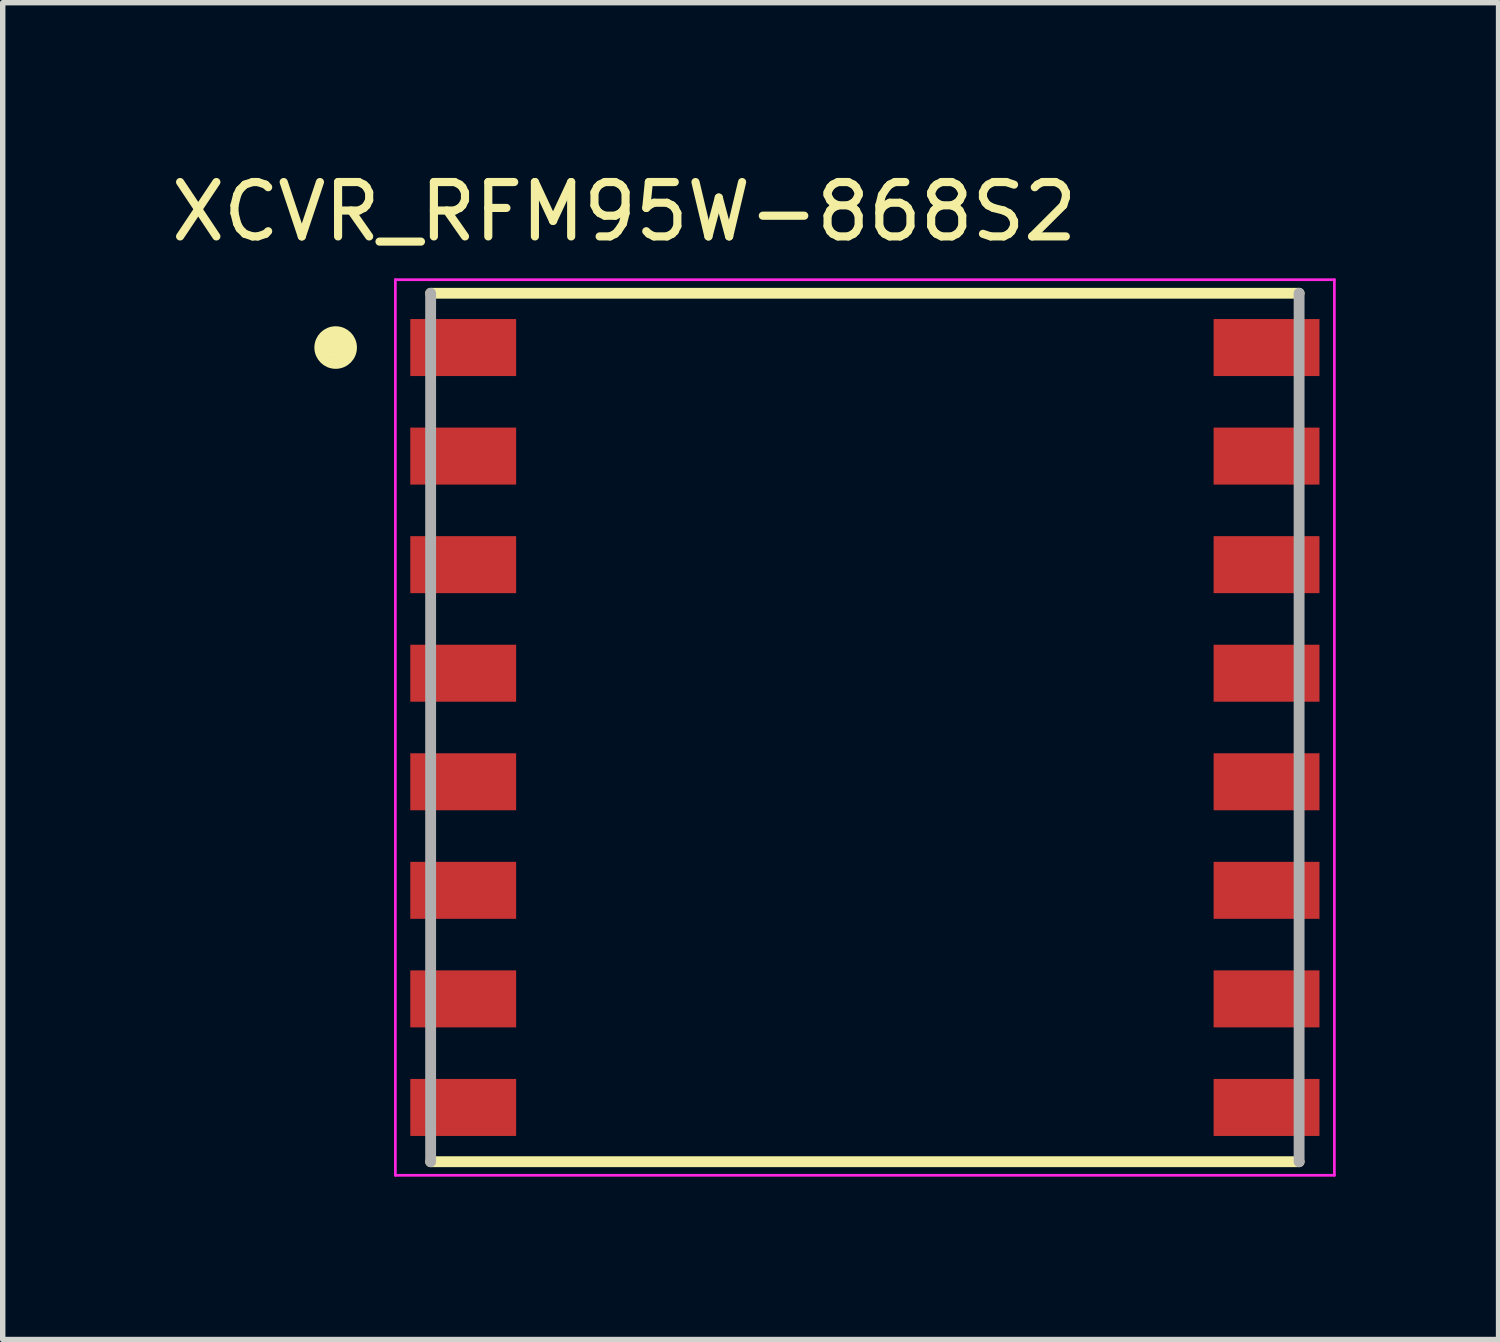
<source format=kicad_pcb>
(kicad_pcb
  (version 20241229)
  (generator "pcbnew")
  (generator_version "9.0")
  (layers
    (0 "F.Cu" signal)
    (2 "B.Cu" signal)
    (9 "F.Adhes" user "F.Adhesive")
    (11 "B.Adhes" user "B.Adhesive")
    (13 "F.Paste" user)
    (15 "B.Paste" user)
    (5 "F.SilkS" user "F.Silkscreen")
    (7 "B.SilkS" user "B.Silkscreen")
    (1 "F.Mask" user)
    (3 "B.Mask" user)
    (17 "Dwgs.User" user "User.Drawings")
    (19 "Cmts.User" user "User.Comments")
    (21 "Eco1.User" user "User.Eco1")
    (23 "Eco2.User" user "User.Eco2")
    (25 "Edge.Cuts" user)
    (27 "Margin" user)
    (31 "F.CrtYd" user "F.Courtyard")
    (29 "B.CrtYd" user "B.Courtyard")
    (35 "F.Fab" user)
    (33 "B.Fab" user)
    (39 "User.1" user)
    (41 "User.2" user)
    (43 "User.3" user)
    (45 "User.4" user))
  (footprint "XCVR_RFM95W-868S2"
    (layer "F.Cu")
    (at 12.884 10.353)
    (property "Reference" "XCVR_RFM95W-868S2" (at -4.433 -9.503 0) (layer "F.SilkS") (effects (font (size 1.002 1.002) (thickness 0.15))))
    (attr smd)
    (fp_line (start -8 -8) (end 8 -8) (stroke (width 0.2) (type solid)) (layer "F.SilkS"))
    (fp_line (start 8 8) (end -8 8) (stroke (width 0.2) (type solid)) (layer "F.SilkS"))
    (fp_circle (center -9.75 -7) (end -9.458 -7) (stroke (width 0.2) (type solid)) (fill no) (layer "F.SilkS"))
    (fp_poly (pts (xy -10.011 -7.2) (xy -9.5 -7.2) (xy -9.5 -6.808) (xy -10.011 -6.808)) (stroke (width 0.01) (type solid)) (fill yes) (layer "F.SilkS"))
    (fp_line (start -8.65 -8.25) (end 8.65 -8.25) (stroke (width 0.05) (type solid)) (layer "F.CrtYd"))
    (fp_line (start -8.65 8.25) (end -8.65 -8.25) (stroke (width 0.05) (type solid)) (layer "F.CrtYd"))
    (fp_line (start 8.65 -8.25) (end 8.65 8.25) (stroke (width 0.05) (type solid)) (layer "F.CrtYd"))
    (fp_line (start 8.65 8.25) (end -8.65 8.25) (stroke (width 0.05) (type solid)) (layer "F.CrtYd"))
    (fp_line (start -8 8) (end -8 -8) (stroke (width 0.2) (type solid)) (layer "F.Fab"))
    (fp_line (start 8 -8) (end 8 8) (stroke (width 0.2) (type solid)) (layer "F.Fab"))
    (pad "1" smd rect (at -7.4 -7) (size 1.95 1.05) (layers "F.Cu" "F.Mask" "F.Paste"))
    (pad "2" smd rect (at -7.4 -5) (size 1.95 1.05) (layers "F.Cu" "F.Mask" "F.Paste"))
    (pad "3" smd rect (at -7.4 -3) (size 1.95 1.05) (layers "F.Cu" "F.Mask" "F.Paste"))
    (pad "4" smd rect (at -7.4 -1) (size 1.95 1.05) (layers "F.Cu" "F.Mask" "F.Paste"))
    (pad "5" smd rect (at -7.4 1) (size 1.95 1.05) (layers "F.Cu" "F.Mask" "F.Paste"))
    (pad "6" smd rect (at -7.4 3) (size 1.95 1.05) (layers "F.Cu" "F.Mask" "F.Paste"))
    (pad "7" smd rect (at -7.4 5) (size 1.95 1.05) (layers "F.Cu" "F.Mask" "F.Paste"))
    (pad "8" smd rect (at -7.4 7) (size 1.95 1.05) (layers "F.Cu" "F.Mask" "F.Paste"))
    (pad "9" smd rect (at 7.4 7 180) (size 1.95 1.05) (layers "F.Cu" "F.Mask" "F.Paste"))
    (pad "10" smd rect (at 7.4 5 180) (size 1.95 1.05) (layers "F.Cu" "F.Mask" "F.Paste"))
    (pad "11" smd rect (at 7.4 3 180) (size 1.95 1.05) (layers "F.Cu" "F.Mask" "F.Paste"))
    (pad "12" smd rect (at 7.4 1 180) (size 1.95 1.05) (layers "F.Cu" "F.Mask" "F.Paste"))
    (pad "13" smd rect (at 7.4 -1 180) (size 1.95 1.05) (layers "F.Cu" "F.Mask" "F.Paste"))
    (pad "14" smd rect (at 7.4 -3 180) (size 1.95 1.05) (layers "F.Cu" "F.Mask" "F.Paste"))
    (pad "15" smd rect (at 7.4 -5 180) (size 1.95 1.05) (layers "F.Cu" "F.Mask" "F.Paste"))
    (pad "16" smd rect (at 7.4 -7 180) (size 1.95 1.05) (layers "F.Cu" "F.Mask" "F.Paste")))
  (gr_rect
    (start -3 -3)
    (end 24.559 21.628)
    (stroke (width 0.1) (type default))
    (fill no)
    (layer "Edge.Cuts")))
</source>
